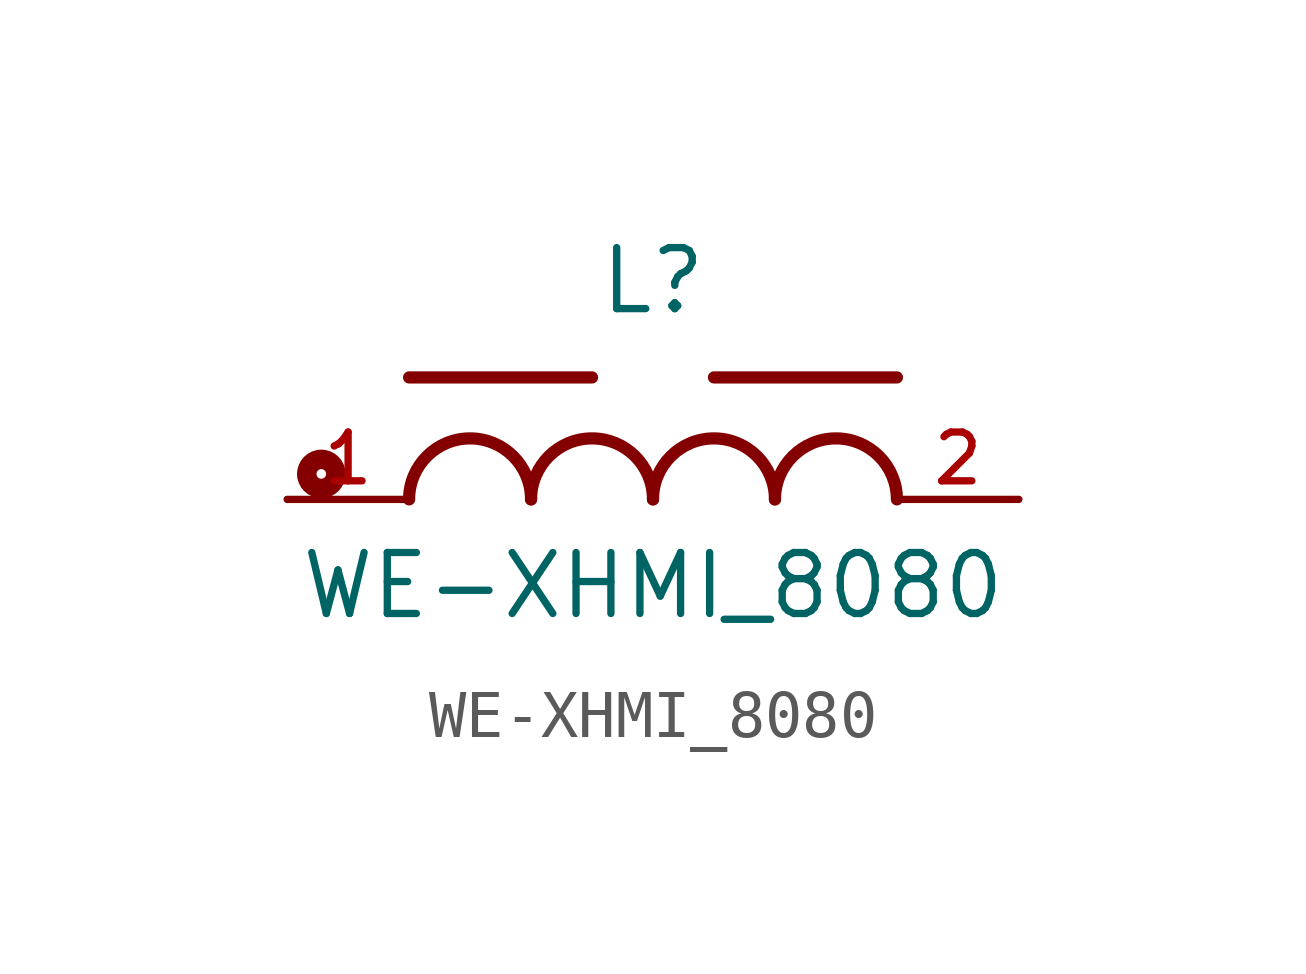
<source format=kicad_sym>
(kicad_symbol_lib
  (version 20211014)
  (generator kicad_symbol_editor)
  (symbol "WE-XHMI_8080"
    (pin_names
      (offset 1.016))
    (property "Reference" "L"
      (at 0.0 3.81 0)
      (effects (font (size 1.27 1.27)) (justify bottom)))
    (property "Value" "WE-XHMI_8080"
      (at 0.0 -2.54 0)
      (effects (font (size 1.27 1.27)) (justify bottom)))
    (symbol "WE-XHMI_8080_0_0"
      (arc (start -2.54 0.0) (mid -3.81 1.27) (end -5.08 0.0) (stroke (width 0.254) (type default) (color 0 0 0 0)) (fill (type none)))
      (arc (start 0.0 0.0) (mid -1.27 1.27) (end -2.54 0.0) (stroke (width 0.254) (type default) (color 0 0 0 0)) (fill (type none)))
      (arc (start 2.54 0.0) (mid 1.27 1.27) (end 0.0 0.0) (stroke (width 0.254) (type default) (color 0 0 0 0)) (fill (type none)))
      (arc (start 5.08 0.0) (mid 3.81 1.27) (end 2.54 0.0) (stroke (width 0.254) (type default) (color 0 0 0 0)) (fill (type none)))
      (polyline (pts (xy -5.08 2.54) (xy -1.27 2.54)) (stroke (width 0.254)))
      (polyline (pts (xy 1.27 2.54) (xy 5.08 2.54)) (stroke (width 0.254)))
      (circle (center -6.908 0.53) (radius 0.1) (stroke (width 0.406)) (fill (type none)))
      (pin passive line (at -7.62 0.0 0) (length 2.54) (name "~" (effects (font (size 1.016 1.016)))) (number "1" (effects (font (size 1.016 1.016)))))
      (pin passive line (at 7.62 0.0 180.0) (length 2.54) (name "~" (effects (font (size 1.016 1.016)))) (number "2" (effects (font (size 1.016 1.016))))))))
</source>
